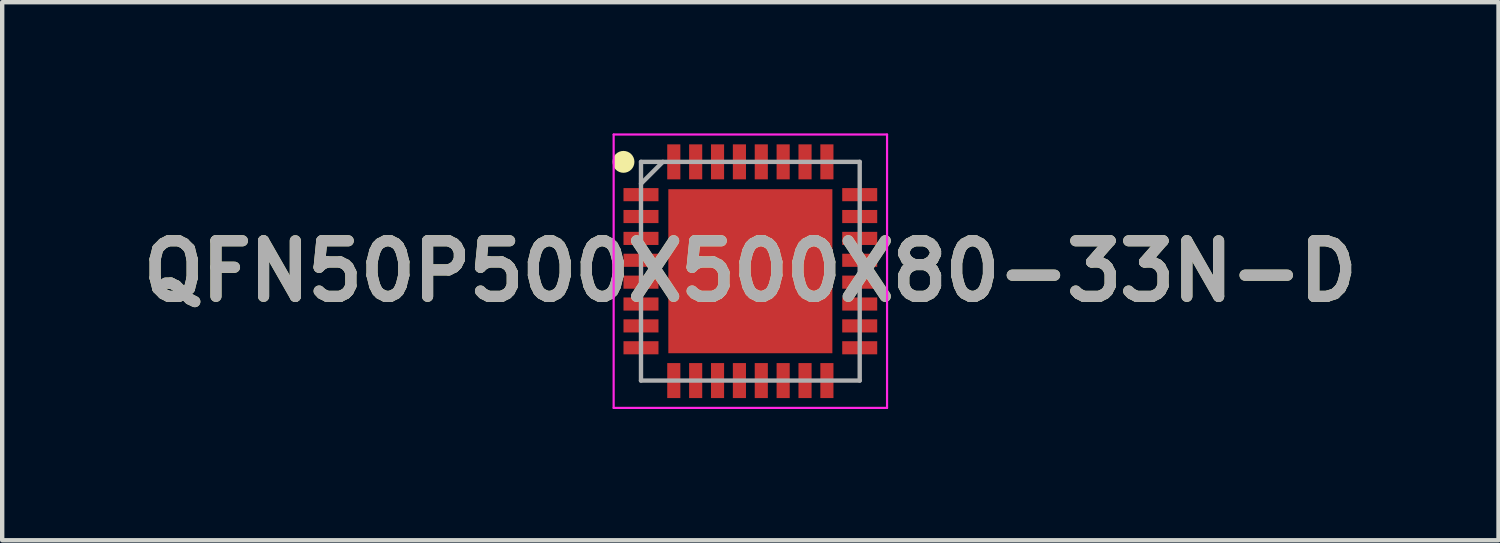
<source format=kicad_pcb>
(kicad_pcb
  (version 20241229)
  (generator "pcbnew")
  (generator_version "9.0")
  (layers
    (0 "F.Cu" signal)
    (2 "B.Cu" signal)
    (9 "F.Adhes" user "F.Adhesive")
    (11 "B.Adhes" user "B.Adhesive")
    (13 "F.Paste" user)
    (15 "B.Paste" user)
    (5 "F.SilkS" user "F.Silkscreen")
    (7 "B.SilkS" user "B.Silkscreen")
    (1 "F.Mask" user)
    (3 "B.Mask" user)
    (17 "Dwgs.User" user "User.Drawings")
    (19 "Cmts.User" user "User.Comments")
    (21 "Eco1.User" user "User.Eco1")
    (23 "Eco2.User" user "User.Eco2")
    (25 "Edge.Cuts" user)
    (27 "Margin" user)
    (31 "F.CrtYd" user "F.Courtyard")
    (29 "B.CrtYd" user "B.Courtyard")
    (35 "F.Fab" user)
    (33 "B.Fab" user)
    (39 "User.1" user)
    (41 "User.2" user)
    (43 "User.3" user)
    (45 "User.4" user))
  (footprint "QFN50P500X500X80-33N-D"
    (layer "F.Cu")
    (at 14.103 3.15)
    (property "Reference" "QFN50P500X500X80-33N-D" (at 0 0 0) (layer "F.SilkS") (effects (font (size 1.27 1.27) (thickness 0.254))))
    (attr smd)
    (fp_circle (center -2.9 -2.5) (end -2.9 -2.375) (stroke (width 0.25) (type solid)) (fill no) (layer "F.SilkS"))
    (fp_line (start -3.125 -3.125) (end 3.125 -3.125) (stroke (width 0.05) (type solid)) (layer "F.CrtYd"))
    (fp_line (start -3.125 3.125) (end -3.125 -3.125) (stroke (width 0.05) (type solid)) (layer "F.CrtYd"))
    (fp_line (start 3.125 -3.125) (end 3.125 3.125) (stroke (width 0.05) (type solid)) (layer "F.CrtYd"))
    (fp_line (start 3.125 3.125) (end -3.125 3.125) (stroke (width 0.05) (type solid)) (layer "F.CrtYd"))
    (fp_line (start -2.5 -2.5) (end 2.5 -2.5) (stroke (width 0.1) (type solid)) (layer "F.Fab"))
    (fp_line (start -2.5 -2) (end -2 -2.5) (stroke (width 0.1) (type solid)) (layer "F.Fab"))
    (fp_line (start -2.5 2.5) (end -2.5 -2.5) (stroke (width 0.1) (type solid)) (layer "F.Fab"))
    (fp_line (start 2.5 -2.5) (end 2.5 2.5) (stroke (width 0.1) (type solid)) (layer "F.Fab"))
    (fp_line (start 2.5 2.5) (end -2.5 2.5) (stroke (width 0.1) (type solid)) (layer "F.Fab"))
    (fp_text user "${REFERENCE}" (at 0 0 0) (layer "F.Fab") (effects (font (size 1.27 1.27) (thickness 0.254))))
    (pad "1" smd rect (at -2.5 -1.75 90) (size 0.3 0.8) (layers "F.Cu" "F.Mask" "F.Paste"))
    (pad "2" smd rect (at -2.5 -1.25 90) (size 0.3 0.8) (layers "F.Cu" "F.Mask" "F.Paste"))
    (pad "3" smd rect (at -2.5 -0.75 90) (size 0.3 0.8) (layers "F.Cu" "F.Mask" "F.Paste"))
    (pad "4" smd rect (at -2.5 -0.25 90) (size 0.3 0.8) (layers "F.Cu" "F.Mask" "F.Paste"))
    (pad "5" smd rect (at -2.5 0.25 90) (size 0.3 0.8) (layers "F.Cu" "F.Mask" "F.Paste"))
    (pad "6" smd rect (at -2.5 0.75 90) (size 0.3 0.8) (layers "F.Cu" "F.Mask" "F.Paste"))
    (pad "7" smd rect (at -2.5 1.25 90) (size 0.3 0.8) (layers "F.Cu" "F.Mask" "F.Paste"))
    (pad "8" smd rect (at -2.5 1.75 90) (size 0.3 0.8) (layers "F.Cu" "F.Mask" "F.Paste"))
    (pad "9" smd rect (at -1.75 2.5) (size 0.3 0.8) (layers "F.Cu" "F.Mask" "F.Paste"))
    (pad "10" smd rect (at -1.25 2.5) (size 0.3 0.8) (layers "F.Cu" "F.Mask" "F.Paste"))
    (pad "11" smd rect (at -0.75 2.5) (size 0.3 0.8) (layers "F.Cu" "F.Mask" "F.Paste"))
    (pad "12" smd rect (at -0.25 2.5) (size 0.3 0.8) (layers "F.Cu" "F.Mask" "F.Paste"))
    (pad "13" smd rect (at 0.25 2.5) (size 0.3 0.8) (layers "F.Cu" "F.Mask" "F.Paste"))
    (pad "14" smd rect (at 0.75 2.5) (size 0.3 0.8) (layers "F.Cu" "F.Mask" "F.Paste"))
    (pad "15" smd rect (at 1.25 2.5) (size 0.3 0.8) (layers "F.Cu" "F.Mask" "F.Paste"))
    (pad "16" smd rect (at 1.75 2.5) (size 0.3 0.8) (layers "F.Cu" "F.Mask" "F.Paste"))
    (pad "17" smd rect (at 2.5 1.75 90) (size 0.3 0.8) (layers "F.Cu" "F.Mask" "F.Paste"))
    (pad "18" smd rect (at 2.5 1.25 90) (size 0.3 0.8) (layers "F.Cu" "F.Mask" "F.Paste"))
    (pad "19" smd rect (at 2.5 0.75 90) (size 0.3 0.8) (layers "F.Cu" "F.Mask" "F.Paste"))
    (pad "20" smd rect (at 2.5 0.25 90) (size 0.3 0.8) (layers "F.Cu" "F.Mask" "F.Paste"))
    (pad "21" smd rect (at 2.5 -0.25 90) (size 0.3 0.8) (layers "F.Cu" "F.Mask" "F.Paste"))
    (pad "22" smd rect (at 2.5 -0.75 90) (size 0.3 0.8) (layers "F.Cu" "F.Mask" "F.Paste"))
    (pad "23" smd rect (at 2.5 -1.25 90) (size 0.3 0.8) (layers "F.Cu" "F.Mask" "F.Paste"))
    (pad "24" smd rect (at 2.5 -1.75 90) (size 0.3 0.8) (layers "F.Cu" "F.Mask" "F.Paste"))
    (pad "25" smd rect (at 1.75 -2.5) (size 0.3 0.8) (layers "F.Cu" "F.Mask" "F.Paste"))
    (pad "26" smd rect (at 1.25 -2.5) (size 0.3 0.8) (layers "F.Cu" "F.Mask" "F.Paste"))
    (pad "27" smd rect (at 0.75 -2.5) (size 0.3 0.8) (layers "F.Cu" "F.Mask" "F.Paste"))
    (pad "28" smd rect (at 0.25 -2.5) (size 0.3 0.8) (layers "F.Cu" "F.Mask" "F.Paste"))
    (pad "29" smd rect (at -0.25 -2.5) (size 0.3 0.8) (layers "F.Cu" "F.Mask" "F.Paste"))
    (pad "30" smd rect (at -0.75 -2.5) (size 0.3 0.8) (layers "F.Cu" "F.Mask" "F.Paste"))
    (pad "31" smd rect (at -1.25 -2.5) (size 0.3 0.8) (layers "F.Cu" "F.Mask" "F.Paste"))
    (pad "32" smd rect (at -1.75 -2.5) (size 0.3 0.8) (layers "F.Cu" "F.Mask" "F.Paste"))
    (pad "33" smd rect (at 0 0) (size 3.75 3.75) (layers "F.Cu" "F.Mask" "F.Paste")))
  (gr_rect
    (start -3 -3)
    (end 31.206 9.3)
    (stroke (width 0.1) (type default))
    (fill no)
    (layer "Edge.Cuts")))
</source>
